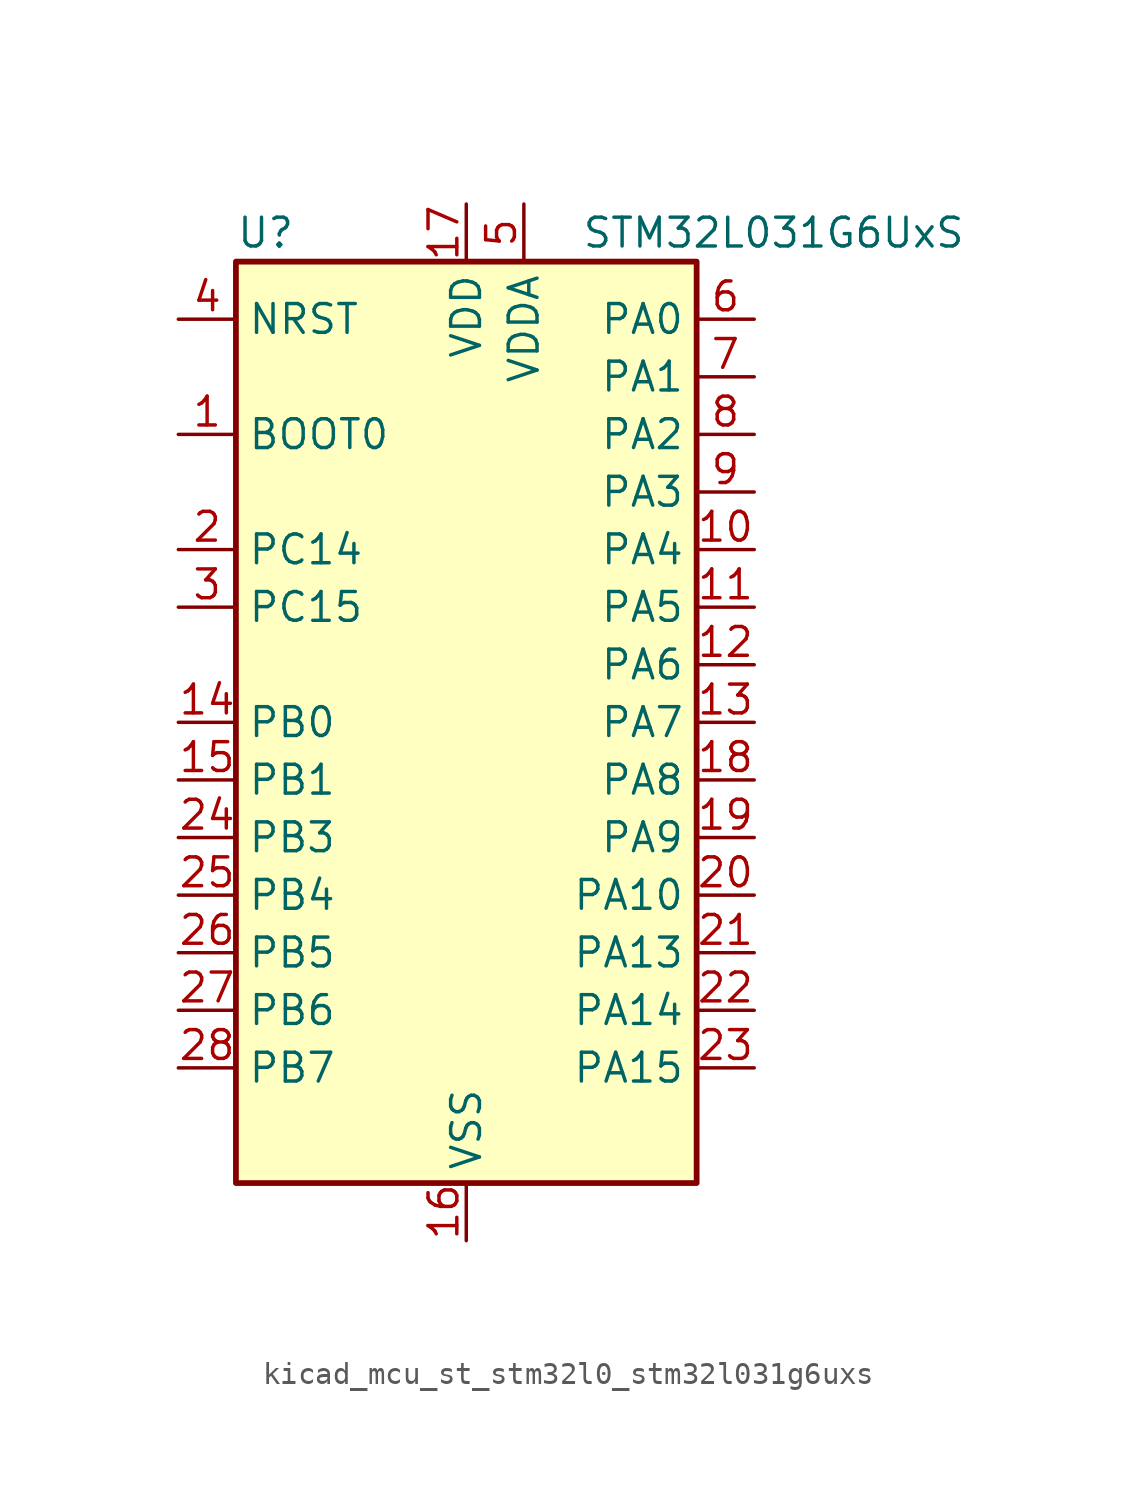
<source format=kicad_sym>
(kicad_symbol_lib
  (version 20220914)
  (generator kicad_symbol_editor)
  (symbol "kicad_mcu_st_stm32l0_stm32l031g6uxs"
    (property "Reference" "U"
      (at -10.16 21.59 0)
      (effects (font (size 1.27 1.27)) (justify left)))
    (property "Value" "STM32L031G6UxS"
      (at 5.08 21.59 0)
      (effects (font (size 1.27 1.27)) (justify left)))
    (property "ki_locked" ""
      (at 0 0 0)
      (effects (font (size 1.27 1.27))))
    (symbol "kicad_mcu_st_stm32l0_stm32l031g6uxs_0_1"
      (rectangle (start -10.16 -20.32) (end 10.16 20.32) (stroke (width 0.254) (type default)) (fill (type background))))
    (symbol "kicad_mcu_st_stm32l0_stm32l031g6uxs_1_1"
      (pin input line (at -12.7 12.7 0) (length 2.54) (name "BOOT0" (effects (font (size 1.27 1.27)))) (number "1" (effects (font (size 1.27 1.27)))))
      (pin bidirectional line (at 12.7 7.62 180) (length 2.54) (name "PA4" (effects (font (size 1.27 1.27)))) (number "10" (effects (font (size 1.27 1.27)))) (alternate "ADC_IN4" bidirectional line) (alternate "COMP1_INM" bidirectional line) (alternate "COMP2_INM" bidirectional line) (alternate "LPTIM1_IN1" bidirectional line) (alternate "SPI1_NSS" bidirectional line) (alternate "TIM22_ETR" bidirectional line) (alternate "USART2_CK" bidirectional line))
      (pin bidirectional line (at 12.7 5.08 180) (length 2.54) (name "PA5" (effects (font (size 1.27 1.27)))) (number "11" (effects (font (size 1.27 1.27)))) (alternate "ADC_IN5" bidirectional line) (alternate "COMP1_INM" bidirectional line) (alternate "COMP2_INM" bidirectional line) (alternate "LPTIM1_IN2" bidirectional line) (alternate "SPI1_SCK" bidirectional line) (alternate "TIM2_CH1" bidirectional line) (alternate "TIM2_ETR" bidirectional line))
      (pin bidirectional line (at 12.7 2.54 180) (length 2.54) (name "PA6" (effects (font (size 1.27 1.27)))) (number "12" (effects (font (size 1.27 1.27)))) (alternate "ADC_IN6" bidirectional line) (alternate "COMP1_OUT" bidirectional line) (alternate "LPTIM1_ETR" bidirectional line) (alternate "LPUART1_CTS" bidirectional line) (alternate "SPI1_MISO" bidirectional line) (alternate "TIM22_CH1" bidirectional line))
      (pin bidirectional line (at 12.7 0 180) (length 2.54) (name "PA7" (effects (font (size 1.27 1.27)))) (number "13" (effects (font (size 1.27 1.27)))) (alternate "ADC_IN7" bidirectional line) (alternate "COMP2_OUT" bidirectional line) (alternate "LPTIM1_OUT" bidirectional line) (alternate "SPI1_MOSI" bidirectional line) (alternate "TIM22_CH2" bidirectional line) (alternate "USART2_CTS" bidirectional line))
      (pin bidirectional line (at -12.7 0 0) (length 2.54) (name "PB0" (effects (font (size 1.27 1.27)))) (number "14" (effects (font (size 1.27 1.27)))) (alternate "ADC_IN8" bidirectional line) (alternate "SPI1_MISO" bidirectional line) (alternate "SYS_VREF_OUT_PB0" bidirectional line) (alternate "TIM2_CH3" bidirectional line) (alternate "USART2_DE" bidirectional line) (alternate "USART2_RTS" bidirectional line))
      (pin bidirectional line (at -12.7 -2.54 0) (length 2.54) (name "PB1" (effects (font (size 1.27 1.27)))) (number "15" (effects (font (size 1.27 1.27)))) (alternate "ADC_IN9" bidirectional line) (alternate "LPUART1_DE" bidirectional line) (alternate "LPUART1_RTS" bidirectional line) (alternate "SPI1_MOSI" bidirectional line) (alternate "SYS_VREF_OUT_PB1" bidirectional line) (alternate "TIM2_CH4" bidirectional line) (alternate "USART2_CK" bidirectional line))
      (pin power_in line (at 0 -22.86 90) (length 2.54) (name "VSS" (effects (font (size 1.27 1.27)))) (number "16" (effects (font (size 1.27 1.27)))))
      (pin power_in line (at 0 22.86 270) (length 2.54) (name "VDD" (effects (font (size 1.27 1.27)))) (number "17" (effects (font (size 1.27 1.27)))))
      (pin bidirectional line (at 12.7 -2.54 180) (length 2.54) (name "PA8" (effects (font (size 1.27 1.27)))) (number "18" (effects (font (size 1.27 1.27)))) (alternate "LPTIM1_IN1" bidirectional line) (alternate "RCC_MCO" bidirectional line) (alternate "TIM2_CH1" bidirectional line) (alternate "USART2_CK" bidirectional line))
      (pin bidirectional line (at 12.7 -5.08 180) (length 2.54) (name "PA9" (effects (font (size 1.27 1.27)))) (number "19" (effects (font (size 1.27 1.27)))) (alternate "I2C1_SCL" bidirectional line) (alternate "RCC_MCO" bidirectional line) (alternate "TIM22_CH1" bidirectional line) (alternate "USART2_TX" bidirectional line))
      (pin bidirectional line (at -12.7 7.62 0) (length 2.54) (name "PC14" (effects (font (size 1.27 1.27)))) (number "2" (effects (font (size 1.27 1.27)))) (alternate "RCC_OSC32_IN" bidirectional line))
      (pin bidirectional line (at 12.7 -7.62 180) (length 2.54) (name "PA10" (effects (font (size 1.27 1.27)))) (number "20" (effects (font (size 1.27 1.27)))) (alternate "I2C1_SDA" bidirectional line) (alternate "TIM22_CH2" bidirectional line) (alternate "USART2_RX" bidirectional line))
      (pin bidirectional line (at 12.7 -10.16 180) (length 2.54) (name "PA13" (effects (font (size 1.27 1.27)))) (number "21" (effects (font (size 1.27 1.27)))) (alternate "LPTIM1_ETR" bidirectional line) (alternate "LPUART1_RX" bidirectional line) (alternate "SYS_SWDIO" bidirectional line))
      (pin bidirectional line (at 12.7 -12.7 180) (length 2.54) (name "PA14" (effects (font (size 1.27 1.27)))) (number "22" (effects (font (size 1.27 1.27)))) (alternate "I2C1_SMBA" bidirectional line) (alternate "LPTIM1_OUT" bidirectional line) (alternate "LPUART1_TX" bidirectional line) (alternate "SYS_SWCLK" bidirectional line) (alternate "USART2_TX" bidirectional line))
      (pin bidirectional line (at 12.7 -15.24 180) (length 2.54) (name "PA15" (effects (font (size 1.27 1.27)))) (number "23" (effects (font (size 1.27 1.27)))) (alternate "SPI1_NSS" bidirectional line) (alternate "TIM2_CH1" bidirectional line) (alternate "TIM2_ETR" bidirectional line) (alternate "USART2_RX" bidirectional line))
      (pin bidirectional line (at -12.7 -5.08 0) (length 2.54) (name "PB3" (effects (font (size 1.27 1.27)))) (number "24" (effects (font (size 1.27 1.27)))) (alternate "COMP2_INM" bidirectional line) (alternate "SPI1_SCK" bidirectional line) (alternate "TIM2_CH2" bidirectional line))
      (pin bidirectional line (at -12.7 -7.62 0) (length 2.54) (name "PB4" (effects (font (size 1.27 1.27)))) (number "25" (effects (font (size 1.27 1.27)))) (alternate "COMP2_INP" bidirectional line) (alternate "SPI1_MISO" bidirectional line) (alternate "TIM22_CH1" bidirectional line))
      (pin bidirectional line (at -12.7 -10.16 0) (length 2.54) (name "PB5" (effects (font (size 1.27 1.27)))) (number "26" (effects (font (size 1.27 1.27)))) (alternate "COMP2_INP" bidirectional line) (alternate "I2C1_SMBA" bidirectional line) (alternate "LPTIM1_IN1" bidirectional line) (alternate "SPI1_MOSI" bidirectional line) (alternate "TIM22_CH2" bidirectional line))
      (pin bidirectional line (at -12.7 -12.7 0) (length 2.54) (name "PB6" (effects (font (size 1.27 1.27)))) (number "27" (effects (font (size 1.27 1.27)))) (alternate "COMP2_INP" bidirectional line) (alternate "I2C1_SCL" bidirectional line) (alternate "LPTIM1_ETR" bidirectional line) (alternate "TIM21_CH1" bidirectional line) (alternate "USART2_TX" bidirectional line))
      (pin bidirectional line (at -12.7 -15.24 0) (length 2.54) (name "PB7" (effects (font (size 1.27 1.27)))) (number "28" (effects (font (size 1.27 1.27)))) (alternate "COMP2_INP" bidirectional line) (alternate "I2C1_SDA" bidirectional line) (alternate "LPTIM1_IN2" bidirectional line) (alternate "SYS_PVD_IN" bidirectional line) (alternate "USART2_RX" bidirectional line))
      (pin bidirectional line (at -12.7 5.08 0) (length 2.54) (name "PC15" (effects (font (size 1.27 1.27)))) (number "3" (effects (font (size 1.27 1.27)))) (alternate "RCC_OSC32_OUT" bidirectional line))
      (pin input line (at -12.7 17.78 0) (length 2.54) (name "NRST" (effects (font (size 1.27 1.27)))) (number "4" (effects (font (size 1.27 1.27)))))
      (pin power_in line (at 2.54 22.86 270) (length 2.54) (name "VDDA" (effects (font (size 1.27 1.27)))) (number "5" (effects (font (size 1.27 1.27)))))
      (pin bidirectional line (at 12.7 17.78 180) (length 2.54) (name "PA0" (effects (font (size 1.27 1.27)))) (number "6" (effects (font (size 1.27 1.27)))) (alternate "ADC_IN0" bidirectional line) (alternate "COMP1_INM" bidirectional line) (alternate "COMP1_OUT" bidirectional line) (alternate "LPTIM1_IN1" bidirectional line) (alternate "RCC_CK_IN" bidirectional line) (alternate "RTC_TAMP2" bidirectional line) (alternate "SYS_WKUP1" bidirectional line) (alternate "TIM2_CH1" bidirectional line) (alternate "TIM2_ETR" bidirectional line) (alternate "USART2_CTS" bidirectional line))
      (pin bidirectional line (at 12.7 15.24 180) (length 2.54) (name "PA1" (effects (font (size 1.27 1.27)))) (number "7" (effects (font (size 1.27 1.27)))) (alternate "ADC_IN1" bidirectional line) (alternate "COMP1_INP" bidirectional line) (alternate "I2C1_SMBA" bidirectional line) (alternate "LPTIM1_IN2" bidirectional line) (alternate "TIM21_ETR" bidirectional line) (alternate "TIM2_CH2" bidirectional line) (alternate "USART2_DE" bidirectional line) (alternate "USART2_RTS" bidirectional line))
      (pin bidirectional line (at 12.7 12.7 180) (length 2.54) (name "PA2" (effects (font (size 1.27 1.27)))) (number "8" (effects (font (size 1.27 1.27)))) (alternate "ADC_IN2" bidirectional line) (alternate "COMP2_INM" bidirectional line) (alternate "COMP2_OUT" bidirectional line) (alternate "LPUART1_TX" bidirectional line) (alternate "RTC_OUT_ALARM" bidirectional line) (alternate "RTC_OUT_CALIB" bidirectional line) (alternate "RTC_TAMP3" bidirectional line) (alternate "RTC_TS" bidirectional line) (alternate "SYS_WKUP3" bidirectional line) (alternate "TIM21_CH1" bidirectional line) (alternate "TIM2_CH3" bidirectional line) (alternate "USART2_TX" bidirectional line))
      (pin bidirectional line (at 12.7 10.16 180) (length 2.54) (name "PA3" (effects (font (size 1.27 1.27)))) (number "9" (effects (font (size 1.27 1.27)))) (alternate "ADC_IN3" bidirectional line) (alternate "COMP2_INP" bidirectional line) (alternate "LPUART1_RX" bidirectional line) (alternate "TIM21_CH2" bidirectional line) (alternate "TIM2_CH4" bidirectional line) (alternate "USART2_RX" bidirectional line)))))
</source>
